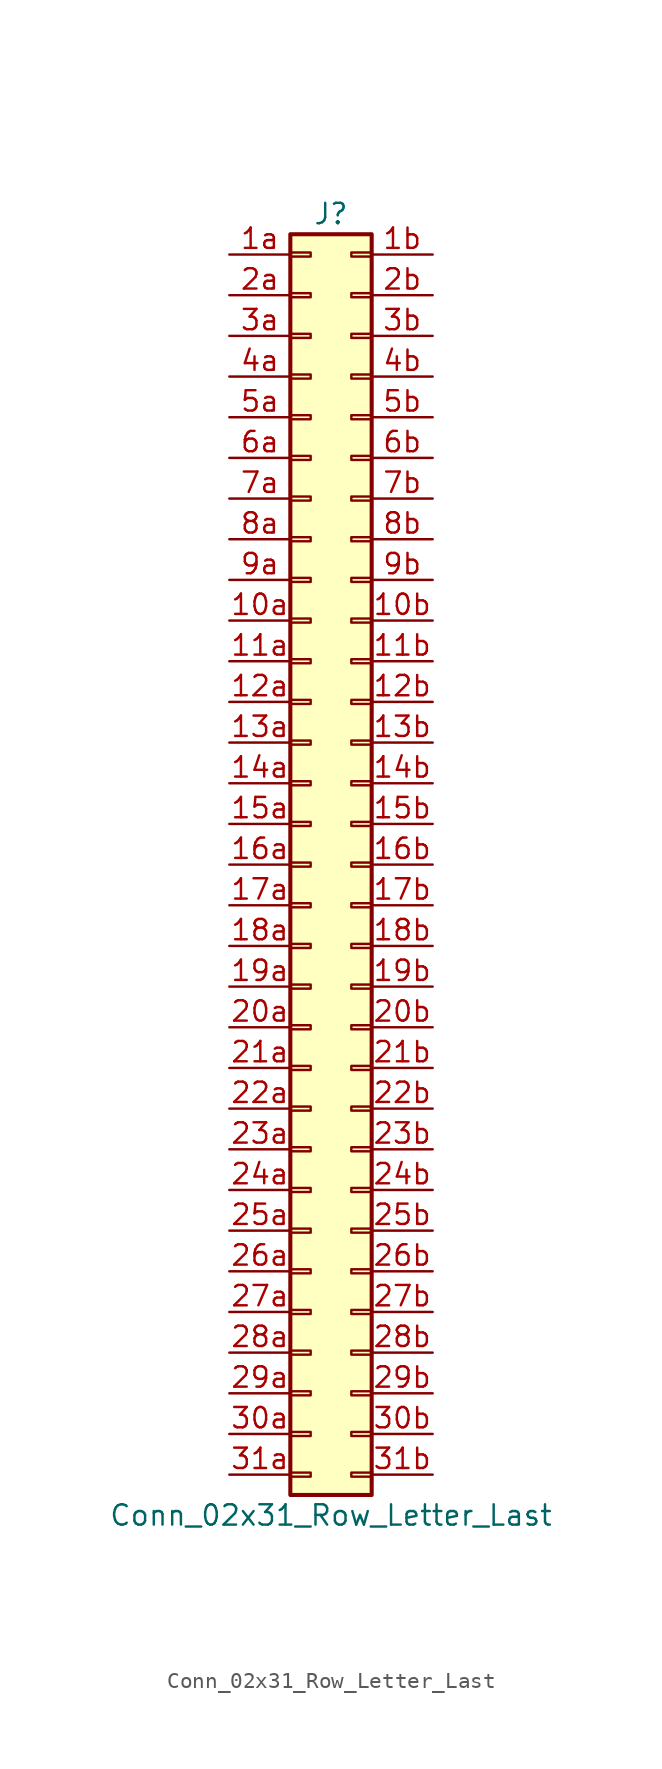
<source format=kicad_sym>
(kicad_symbol_lib
  (version 20201005)
  (generator kicad_symbol_editor)
  (symbol "Connector_Generic:Conn_02x31_Row_Letter_Last"
    (pin_names
      (offset 1.016) hide)
    (property "Reference" "J"
      (at 1.27 40.64 0)
      (effects (font (size 1.27 1.27))))
    (property "Value" "Conn_02x31_Row_Letter_Last"
      (at 1.27 -40.64 0)
      (effects (font (size 1.27 1.27))))
    (symbol "Conn_02x31_Row_Letter_Last_1_1"
      (rectangle (start -1.27 -27.813) (end 0 -28.067) (stroke (width 0.152)) (fill (type none)))
      (rectangle (start -1.27 -30.353) (end 0 -30.607) (stroke (width 0.152)) (fill (type none)))
      (rectangle (start -1.27 -32.893) (end 0 -33.147) (stroke (width 0.152)) (fill (type none)))
      (rectangle (start -1.27 -35.433) (end 0 -35.687) (stroke (width 0.152)) (fill (type none)))
      (rectangle (start -1.27 -37.973) (end 0 -38.227) (stroke (width 0.152)) (fill (type none)))
      (rectangle (start -1.27 -4.953) (end 0 -5.207) (stroke (width 0.152)) (fill (type none)))
      (rectangle (start -1.27 -7.493) (end 0 -7.747) (stroke (width 0.152)) (fill (type none)))
      (rectangle (start -1.27 -10.033) (end 0 -10.287) (stroke (width 0.152)) (fill (type none)))
      (rectangle (start -1.27 -12.573) (end 0 -12.827) (stroke (width 0.152)) (fill (type none)))
      (rectangle (start -1.27 -15.113) (end 0 -15.367) (stroke (width 0.152)) (fill (type none)))
      (rectangle (start -1.27 -17.653) (end 0 -17.907) (stroke (width 0.152)) (fill (type none)))
      (rectangle (start -1.27 -20.193) (end 0 -20.447) (stroke (width 0.152)) (fill (type none)))
      (rectangle (start -1.27 -22.733) (end 0 -22.987) (stroke (width 0.152)) (fill (type none)))
      (rectangle (start -1.27 -2.413) (end 0 -2.667) (stroke (width 0.152)) (fill (type none)))
      (rectangle (start -1.27 -25.273) (end 0 -25.527) (stroke (width 0.152)) (fill (type none)))
      (rectangle (start -1.27 25.527) (end 0 25.273) (stroke (width 0.152)) (fill (type none)))
      (rectangle (start -1.27 2.667) (end 0 2.413) (stroke (width 0.152)) (fill (type none)))
      (rectangle (start -1.27 28.067) (end 0 27.813) (stroke (width 0.152)) (fill (type none)))
      (rectangle (start -1.27 30.607) (end 0 30.353) (stroke (width 0.152)) (fill (type none)))
      (rectangle (start -1.27 33.147) (end 0 32.893) (stroke (width 0.152)) (fill (type none)))
      (rectangle (start -1.27 35.687) (end 0 35.433) (stroke (width 0.152)) (fill (type none)))
      (rectangle (start -1.27 38.227) (end 0 37.973) (stroke (width 0.152)) (fill (type none)))
      (rectangle (start -1.27 39.37) (end 3.81 -39.37) (stroke (width 0.254)) (fill (type background)))
      (rectangle (start -1.27 5.207) (end 0 4.953) (stroke (width 0.152)) (fill (type none)))
      (rectangle (start -1.27 7.747) (end 0 7.493) (stroke (width 0.152)) (fill (type none)))
      (rectangle (start -1.27 10.287) (end 0 10.033) (stroke (width 0.152)) (fill (type none)))
      (rectangle (start -1.27 0.127) (end 0 -0.127) (stroke (width 0.152)) (fill (type none)))
      (rectangle (start -1.27 12.827) (end 0 12.573) (stroke (width 0.152)) (fill (type none)))
      (rectangle (start -1.27 15.367) (end 0 15.113) (stroke (width 0.152)) (fill (type none)))
      (rectangle (start -1.27 17.907) (end 0 17.653) (stroke (width 0.152)) (fill (type none)))
      (rectangle (start -1.27 20.447) (end 0 20.193) (stroke (width 0.152)) (fill (type none)))
      (rectangle (start -1.27 22.987) (end 0 22.733) (stroke (width 0.152)) (fill (type none)))
      (rectangle (start 3.81 -27.813) (end 2.54 -28.067) (stroke (width 0.152)) (fill (type none)))
      (rectangle (start 3.81 -30.353) (end 2.54 -30.607) (stroke (width 0.152)) (fill (type none)))
      (rectangle (start 3.81 -32.893) (end 2.54 -33.147) (stroke (width 0.152)) (fill (type none)))
      (rectangle (start 3.81 -35.433) (end 2.54 -35.687) (stroke (width 0.152)) (fill (type none)))
      (rectangle (start 3.81 -37.973) (end 2.54 -38.227) (stroke (width 0.152)) (fill (type none)))
      (rectangle (start 3.81 -4.953) (end 2.54 -5.207) (stroke (width 0.152)) (fill (type none)))
      (rectangle (start 3.81 -7.493) (end 2.54 -7.747) (stroke (width 0.152)) (fill (type none)))
      (rectangle (start 3.81 -10.033) (end 2.54 -10.287) (stroke (width 0.152)) (fill (type none)))
      (rectangle (start 3.81 -12.573) (end 2.54 -12.827) (stroke (width 0.152)) (fill (type none)))
      (rectangle (start 3.81 -15.113) (end 2.54 -15.367) (stroke (width 0.152)) (fill (type none)))
      (rectangle (start 3.81 -17.653) (end 2.54 -17.907) (stroke (width 0.152)) (fill (type none)))
      (rectangle (start 3.81 -20.193) (end 2.54 -20.447) (stroke (width 0.152)) (fill (type none)))
      (rectangle (start 3.81 -22.733) (end 2.54 -22.987) (stroke (width 0.152)) (fill (type none)))
      (rectangle (start 3.81 -2.413) (end 2.54 -2.667) (stroke (width 0.152)) (fill (type none)))
      (rectangle (start 3.81 -25.273) (end 2.54 -25.527) (stroke (width 0.152)) (fill (type none)))
      (rectangle (start 3.81 25.527) (end 2.54 25.273) (stroke (width 0.152)) (fill (type none)))
      (rectangle (start 3.81 2.667) (end 2.54 2.413) (stroke (width 0.152)) (fill (type none)))
      (rectangle (start 3.81 28.067) (end 2.54 27.813) (stroke (width 0.152)) (fill (type none)))
      (rectangle (start 3.81 30.607) (end 2.54 30.353) (stroke (width 0.152)) (fill (type none)))
      (rectangle (start 3.81 33.147) (end 2.54 32.893) (stroke (width 0.152)) (fill (type none)))
      (rectangle (start 3.81 35.687) (end 2.54 35.433) (stroke (width 0.152)) (fill (type none)))
      (rectangle (start 3.81 38.227) (end 2.54 37.973) (stroke (width 0.152)) (fill (type none)))
      (rectangle (start 3.81 5.207) (end 2.54 4.953) (stroke (width 0.152)) (fill (type none)))
      (rectangle (start 3.81 7.747) (end 2.54 7.493) (stroke (width 0.152)) (fill (type none)))
      (rectangle (start 3.81 10.287) (end 2.54 10.033) (stroke (width 0.152)) (fill (type none)))
      (rectangle (start 3.81 0.127) (end 2.54 -0.127) (stroke (width 0.152)) (fill (type none)))
      (rectangle (start 3.81 12.827) (end 2.54 12.573) (stroke (width 0.152)) (fill (type none)))
      (rectangle (start 3.81 15.367) (end 2.54 15.113) (stroke (width 0.152)) (fill (type none)))
      (rectangle (start 3.81 17.907) (end 2.54 17.653) (stroke (width 0.152)) (fill (type none)))
      (rectangle (start 3.81 20.447) (end 2.54 20.193) (stroke (width 0.152)) (fill (type none)))
      (rectangle (start 3.81 22.987) (end 2.54 22.733) (stroke (width 0.152)) (fill (type none)))
      (pin passive line (at -5.08 15.24 0) (length 3.81) (name "Pin_10a" (effects (font (size 1.27 1.27)))) (number "10a" (effects (font (size 1.27 1.27)))))
      (pin passive line (at 7.62 15.24 180) (length 3.81) (name "Pin_10b" (effects (font (size 1.27 1.27)))) (number "10b" (effects (font (size 1.27 1.27)))))
      (pin passive line (at -5.08 12.7 0) (length 3.81) (name "Pin_11a" (effects (font (size 1.27 1.27)))) (number "11a" (effects (font (size 1.27 1.27)))))
      (pin passive line (at 7.62 12.7 180) (length 3.81) (name "Pin_11b" (effects (font (size 1.27 1.27)))) (number "11b" (effects (font (size 1.27 1.27)))))
      (pin passive line (at -5.08 10.16 0) (length 3.81) (name "Pin_12a" (effects (font (size 1.27 1.27)))) (number "12a" (effects (font (size 1.27 1.27)))))
      (pin passive line (at 7.62 10.16 180) (length 3.81) (name "Pin_12b" (effects (font (size 1.27 1.27)))) (number "12b" (effects (font (size 1.27 1.27)))))
      (pin passive line (at -5.08 7.62 0) (length 3.81) (name "Pin_13a" (effects (font (size 1.27 1.27)))) (number "13a" (effects (font (size 1.27 1.27)))))
      (pin passive line (at 7.62 7.62 180) (length 3.81) (name "Pin_13b" (effects (font (size 1.27 1.27)))) (number "13b" (effects (font (size 1.27 1.27)))))
      (pin passive line (at -5.08 5.08 0) (length 3.81) (name "Pin_14a" (effects (font (size 1.27 1.27)))) (number "14a" (effects (font (size 1.27 1.27)))))
      (pin passive line (at 7.62 5.08 180) (length 3.81) (name "Pin_14b" (effects (font (size 1.27 1.27)))) (number "14b" (effects (font (size 1.27 1.27)))))
      (pin passive line (at -5.08 2.54 0) (length 3.81) (name "Pin_15a" (effects (font (size 1.27 1.27)))) (number "15a" (effects (font (size 1.27 1.27)))))
      (pin passive line (at 7.62 2.54 180) (length 3.81) (name "Pin_15b" (effects (font (size 1.27 1.27)))) (number "15b" (effects (font (size 1.27 1.27)))))
      (pin passive line (at -5.08 0 0) (length 3.81) (name "Pin_16a" (effects (font (size 1.27 1.27)))) (number "16a" (effects (font (size 1.27 1.27)))))
      (pin passive line (at 7.62 0 180) (length 3.81) (name "Pin_16b" (effects (font (size 1.27 1.27)))) (number "16b" (effects (font (size 1.27 1.27)))))
      (pin passive line (at -5.08 -2.54 0) (length 3.81) (name "Pin_17a" (effects (font (size 1.27 1.27)))) (number "17a" (effects (font (size 1.27 1.27)))))
      (pin passive line (at 7.62 -2.54 180) (length 3.81) (name "Pin_17b" (effects (font (size 1.27 1.27)))) (number "17b" (effects (font (size 1.27 1.27)))))
      (pin passive line (at -5.08 -5.08 0) (length 3.81) (name "Pin_18a" (effects (font (size 1.27 1.27)))) (number "18a" (effects (font (size 1.27 1.27)))))
      (pin passive line (at 7.62 -5.08 180) (length 3.81) (name "Pin_18b" (effects (font (size 1.27 1.27)))) (number "18b" (effects (font (size 1.27 1.27)))))
      (pin passive line (at -5.08 -7.62 0) (length 3.81) (name "Pin_19a" (effects (font (size 1.27 1.27)))) (number "19a" (effects (font (size 1.27 1.27)))))
      (pin passive line (at 7.62 -7.62 180) (length 3.81) (name "Pin_19b" (effects (font (size 1.27 1.27)))) (number "19b" (effects (font (size 1.27 1.27)))))
      (pin passive line (at -5.08 38.1 0) (length 3.81) (name "Pin_1a" (effects (font (size 1.27 1.27)))) (number "1a" (effects (font (size 1.27 1.27)))))
      (pin passive line (at 7.62 38.1 180) (length 3.81) (name "Pin_1b" (effects (font (size 1.27 1.27)))) (number "1b" (effects (font (size 1.27 1.27)))))
      (pin passive line (at -5.08 -10.16 0) (length 3.81) (name "Pin_20a" (effects (font (size 1.27 1.27)))) (number "20a" (effects (font (size 1.27 1.27)))))
      (pin passive line (at 7.62 -10.16 180) (length 3.81) (name "Pin_20b" (effects (font (size 1.27 1.27)))) (number "20b" (effects (font (size 1.27 1.27)))))
      (pin passive line (at -5.08 -12.7 0) (length 3.81) (name "Pin_21a" (effects (font (size 1.27 1.27)))) (number "21a" (effects (font (size 1.27 1.27)))))
      (pin passive line (at 7.62 -12.7 180) (length 3.81) (name "Pin_21b" (effects (font (size 1.27 1.27)))) (number "21b" (effects (font (size 1.27 1.27)))))
      (pin passive line (at -5.08 -15.24 0) (length 3.81) (name "Pin_22a" (effects (font (size 1.27 1.27)))) (number "22a" (effects (font (size 1.27 1.27)))))
      (pin passive line (at 7.62 -15.24 180) (length 3.81) (name "Pin_22b" (effects (font (size 1.27 1.27)))) (number "22b" (effects (font (size 1.27 1.27)))))
      (pin passive line (at -5.08 -17.78 0) (length 3.81) (name "Pin_23a" (effects (font (size 1.27 1.27)))) (number "23a" (effects (font (size 1.27 1.27)))))
      (pin passive line (at 7.62 -17.78 180) (length 3.81) (name "Pin_23b" (effects (font (size 1.27 1.27)))) (number "23b" (effects (font (size 1.27 1.27)))))
      (pin passive line (at -5.08 -20.32 0) (length 3.81) (name "Pin_24a" (effects (font (size 1.27 1.27)))) (number "24a" (effects (font (size 1.27 1.27)))))
      (pin passive line (at 7.62 -20.32 180) (length 3.81) (name "Pin_24b" (effects (font (size 1.27 1.27)))) (number "24b" (effects (font (size 1.27 1.27)))))
      (pin passive line (at -5.08 -22.86 0) (length 3.81) (name "Pin_25a" (effects (font (size 1.27 1.27)))) (number "25a" (effects (font (size 1.27 1.27)))))
      (pin passive line (at 7.62 -22.86 180) (length 3.81) (name "Pin_25b" (effects (font (size 1.27 1.27)))) (number "25b" (effects (font (size 1.27 1.27)))))
      (pin passive line (at -5.08 -25.4 0) (length 3.81) (name "Pin_26a" (effects (font (size 1.27 1.27)))) (number "26a" (effects (font (size 1.27 1.27)))))
      (pin passive line (at 7.62 -25.4 180) (length 3.81) (name "Pin_26b" (effects (font (size 1.27 1.27)))) (number "26b" (effects (font (size 1.27 1.27)))))
      (pin passive line (at -5.08 -27.94 0) (length 3.81) (name "Pin_27a" (effects (font (size 1.27 1.27)))) (number "27a" (effects (font (size 1.27 1.27)))))
      (pin passive line (at 7.62 -27.94 180) (length 3.81) (name "Pin_27b" (effects (font (size 1.27 1.27)))) (number "27b" (effects (font (size 1.27 1.27)))))
      (pin passive line (at -5.08 -30.48 0) (length 3.81) (name "Pin_28a" (effects (font (size 1.27 1.27)))) (number "28a" (effects (font (size 1.27 1.27)))))
      (pin passive line (at 7.62 -30.48 180) (length 3.81) (name "Pin_28b" (effects (font (size 1.27 1.27)))) (number "28b" (effects (font (size 1.27 1.27)))))
      (pin passive line (at -5.08 -33.02 0) (length 3.81) (name "Pin_29a" (effects (font (size 1.27 1.27)))) (number "29a" (effects (font (size 1.27 1.27)))))
      (pin passive line (at 7.62 -33.02 180) (length 3.81) (name "Pin_29b" (effects (font (size 1.27 1.27)))) (number "29b" (effects (font (size 1.27 1.27)))))
      (pin passive line (at -5.08 35.56 0) (length 3.81) (name "Pin_2a" (effects (font (size 1.27 1.27)))) (number "2a" (effects (font (size 1.27 1.27)))))
      (pin passive line (at 7.62 35.56 180) (length 3.81) (name "Pin_2b" (effects (font (size 1.27 1.27)))) (number "2b" (effects (font (size 1.27 1.27)))))
      (pin passive line (at -5.08 -35.56 0) (length 3.81) (name "Pin_30a" (effects (font (size 1.27 1.27)))) (number "30a" (effects (font (size 1.27 1.27)))))
      (pin passive line (at 7.62 -35.56 180) (length 3.81) (name "Pin_30b" (effects (font (size 1.27 1.27)))) (number "30b" (effects (font (size 1.27 1.27)))))
      (pin passive line (at -5.08 -38.1 0) (length 3.81) (name "Pin_31a" (effects (font (size 1.27 1.27)))) (number "31a" (effects (font (size 1.27 1.27)))))
      (pin passive line (at 7.62 -38.1 180) (length 3.81) (name "Pin_31b" (effects (font (size 1.27 1.27)))) (number "31b" (effects (font (size 1.27 1.27)))))
      (pin passive line (at -5.08 33.02 0) (length 3.81) (name "Pin_3a" (effects (font (size 1.27 1.27)))) (number "3a" (effects (font (size 1.27 1.27)))))
      (pin passive line (at 7.62 33.02 180) (length 3.81) (name "Pin_3b" (effects (font (size 1.27 1.27)))) (number "3b" (effects (font (size 1.27 1.27)))))
      (pin passive line (at -5.08 30.48 0) (length 3.81) (name "Pin_4a" (effects (font (size 1.27 1.27)))) (number "4a" (effects (font (size 1.27 1.27)))))
      (pin passive line (at 7.62 30.48 180) (length 3.81) (name "Pin_4b" (effects (font (size 1.27 1.27)))) (number "4b" (effects (font (size 1.27 1.27)))))
      (pin passive line (at -5.08 27.94 0) (length 3.81) (name "Pin_5a" (effects (font (size 1.27 1.27)))) (number "5a" (effects (font (size 1.27 1.27)))))
      (pin passive line (at 7.62 27.94 180) (length 3.81) (name "Pin_5b" (effects (font (size 1.27 1.27)))) (number "5b" (effects (font (size 1.27 1.27)))))
      (pin passive line (at -5.08 25.4 0) (length 3.81) (name "Pin_6a" (effects (font (size 1.27 1.27)))) (number "6a" (effects (font (size 1.27 1.27)))))
      (pin passive line (at 7.62 25.4 180) (length 3.81) (name "Pin_6b" (effects (font (size 1.27 1.27)))) (number "6b" (effects (font (size 1.27 1.27)))))
      (pin passive line (at -5.08 22.86 0) (length 3.81) (name "Pin_7a" (effects (font (size 1.27 1.27)))) (number "7a" (effects (font (size 1.27 1.27)))))
      (pin passive line (at 7.62 22.86 180) (length 3.81) (name "Pin_7b" (effects (font (size 1.27 1.27)))) (number "7b" (effects (font (size 1.27 1.27)))))
      (pin passive line (at -5.08 20.32 0) (length 3.81) (name "Pin_8a" (effects (font (size 1.27 1.27)))) (number "8a" (effects (font (size 1.27 1.27)))))
      (pin passive line (at 7.62 20.32 180) (length 3.81) (name "Pin_8b" (effects (font (size 1.27 1.27)))) (number "8b" (effects (font (size 1.27 1.27)))))
      (pin passive line (at -5.08 17.78 0) (length 3.81) (name "Pin_9a" (effects (font (size 1.27 1.27)))) (number "9a" (effects (font (size 1.27 1.27)))))
      (pin passive line (at 7.62 17.78 180) (length 3.81) (name "Pin_9b" (effects (font (size 1.27 1.27)))) (number "9b" (effects (font (size 1.27 1.27))))))))
</source>
